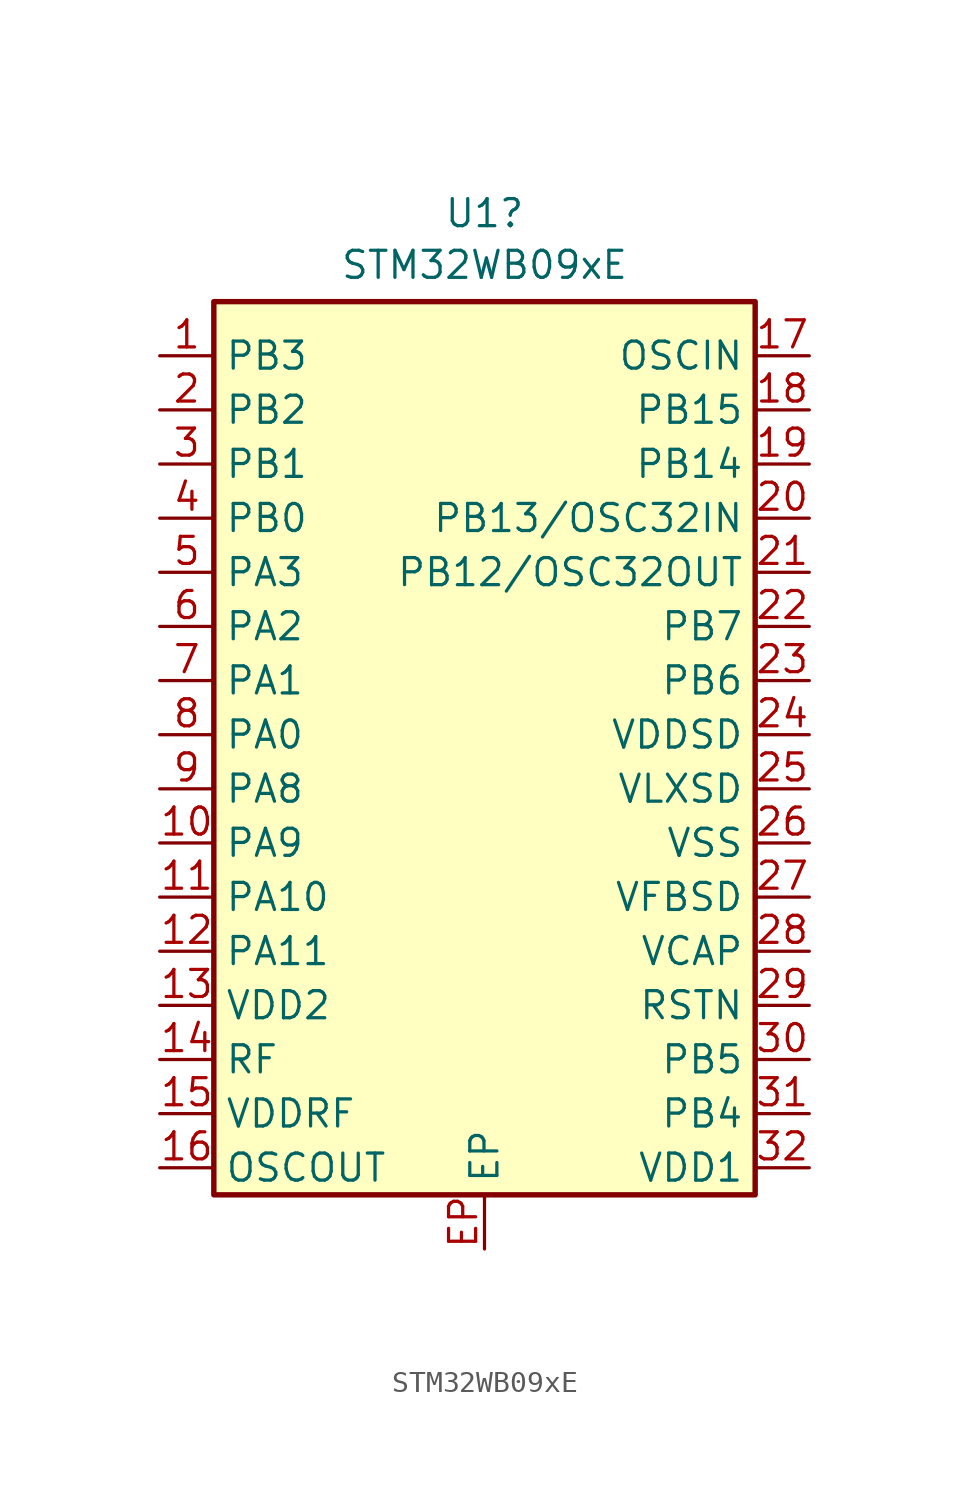
<source format=kicad_sym>
(kicad_symbol_lib
  (version 20231120)
  (generator "kicad_symbol_editor")
  (generator_version "8.0")
  (symbol "STM32WB09xE"
    (property "Reference" "U1"
      (at 0 27.005 0)
      (effects (font (size 1.27 1.27))))
    (property "Value" "STM32WB09xE"
      (at 0 24.58 0)
      (effects (font (size 1.27 1.27))))
    (property "ki_locked" ""
      (at 0 0 0)
      (effects (font (size 1.27 1.27))))
    (symbol "STM32WB09xE_0_1"
      (rectangle (start -12.7 22.86) (end 12.7 -19.05) (stroke (width 0.254) (type default)) (fill (type background))))
    (symbol "STM32WB09xE_1_1"
      (pin bidirectional line (at -15.24 20.32 0) (length 2.54) (name "PB3" (effects (font (size 1.27 1.27)))) (number "1" (effects (font (size 1.27 1.27)))))
      (pin bidirectional line (at -15.24 -2.54 0) (length 2.54) (name "PA9" (effects (font (size 1.27 1.27)))) (number "10" (effects (font (size 1.27 1.27)))) (alternate "ADC1_IN6" bidirectional line) (alternate "COMP1_INP" bidirectional line) (alternate "I2C1_SMBA" bidirectional line) (alternate "LCD_SEG0" bidirectional line) (alternate "SPI1_SCK" bidirectional line) (alternate "TIM2_CH2" bidirectional line))
      (pin bidirectional line (at -15.24 -5.08 0) (length 2.54) (name "PA10" (effects (font (size 1.27 1.27)))) (number "11" (effects (font (size 1.27 1.27)))) (alternate "ADC1_IN7" bidirectional line) (alternate "COMP2_INM" bidirectional line) (alternate "COMP2_OUT" bidirectional line) (alternate "LCD_SEG1" bidirectional line) (alternate "LPUART1_TX" bidirectional line) (alternate "QUADSPI_BK1_NCS" bidirectional line) (alternate "RCC_LSCO" bidirectional line) (alternate "SYS_WKUP4" bidirectional line) (alternate "TIM2_CH3" bidirectional line))
      (pin bidirectional line (at -15.24 -7.62 0) (length 2.54) (name "PA11" (effects (font (size 1.27 1.27)))) (number "12" (effects (font (size 1.27 1.27)))) (alternate "ADC1_IN8" bidirectional line) (alternate "COMP2_INP" bidirectional line) (alternate "LCD_SEG2" bidirectional line) (alternate "LPUART1_RX" bidirectional line) (alternate "QUADSPI_CLK" bidirectional line) (alternate "SAI1_CK1" bidirectional line) (alternate "SAI1_MCLK_A" bidirectional line) (alternate "TIM2_CH4" bidirectional line))
      (pin bidirectional line (at -15.24 -10.16 0) (length 2.54) (name "VDD2" (effects (font (size 1.27 1.27)))) (number "13" (effects (font (size 1.27 1.27)))) (alternate "ADC1_IN9" bidirectional line) (alternate "COMP1_INM" bidirectional line) (alternate "COMP2_INM" bidirectional line) (alternate "LCD_SEG5" bidirectional line) (alternate "LPTIM2_OUT" bidirectional line) (alternate "SAI1_FS_B" bidirectional line) (alternate "SPI1_NSS" bidirectional line))
      (pin bidirectional line (at -15.24 -12.7 0) (length 2.54) (name "RF" (effects (font (size 1.27 1.27)))) (number "14" (effects (font (size 1.27 1.27)))) (alternate "ADC1_IN10" bidirectional line) (alternate "COMP1_INM" bidirectional line) (alternate "COMP2_INM" bidirectional line) (alternate "LPTIM2_ETR" bidirectional line) (alternate "SAI1_SD_B" bidirectional line) (alternate "SPI1_SCK" bidirectional line) (alternate "TIM2_CH1" bidirectional line) (alternate "TIM2_ETR" bidirectional line))
      (pin bidirectional line (at -15.24 -15.24 0) (length 2.54) (name "VDDRF" (effects (font (size 1.27 1.27)))) (number "15" (effects (font (size 1.27 1.27)))) (alternate "ADC1_IN11" bidirectional line) (alternate "LCD_SEG3" bidirectional line) (alternate "LPUART1_CTS" bidirectional line) (alternate "QUADSPI_BK1_IO3" bidirectional line) (alternate "SPI1_MISO" bidirectional line) (alternate "TIM16_CH1" bidirectional line) (alternate "TIM1_BKIN" bidirectional line))
      (pin bidirectional line (at -15.24 -17.78 0) (length 2.54) (name "OSCOUT" (effects (font (size 1.27 1.27)))) (number "16" (effects (font (size 1.27 1.27)))) (alternate "ADC1_IN12" bidirectional line) (alternate "COMP2_OUT" bidirectional line) (alternate "I2C3_SCL" bidirectional line) (alternate "LCD_SEG4" bidirectional line) (alternate "QUADSPI_BK1_IO2" bidirectional line) (alternate "SPI1_MOSI" bidirectional line) (alternate "TIM17_CH1" bidirectional line) (alternate "TIM1_CH1N" bidirectional line))
      (pin bidirectional line (at 15.24 20.32 180) (length 2.54) (name "OSCIN" (effects (font (size 1.27 1.27)))) (number "17" (effects (font (size 1.27 1.27)))) (alternate "ADC1_IN15" bidirectional line) (alternate "LCD_COM0" bidirectional line) (alternate "LPTIM2_OUT" bidirectional line) (alternate "RCC_MCO" bidirectional line) (alternate "SAI1_CK2" bidirectional line) (alternate "SAI1_SCK_A" bidirectional line) (alternate "TIM1_CH1" bidirectional line) (alternate "USART1_CK" bidirectional line))
      (pin bidirectional line (at 15.24 17.78 180) (length 2.54) (name "PB15" (effects (font (size 1.27 1.27)))) (number "18" (effects (font (size 1.27 1.27)))) (alternate "ADC1_IN16" bidirectional line) (alternate "COMP1_INM" bidirectional line) (alternate "I2C1_SCL" bidirectional line) (alternate "LCD_COM1" bidirectional line) (alternate "SAI1_D2" bidirectional line) (alternate "SAI1_FS_A" bidirectional line) (alternate "TIM1_CH2" bidirectional line) (alternate "USART1_TX" bidirectional line))
      (pin bidirectional line (at 15.24 15.24 180) (length 2.54) (name "PB14" (effects (font (size 1.27 1.27)))) (number "19" (effects (font (size 1.27 1.27)))) (alternate "COMP1_INP" bidirectional line) (alternate "I2C3_SMBA" bidirectional line) (alternate "LCD_VLCD" bidirectional line) (alternate "LPTIM1_OUT" bidirectional line) (alternate "RTC_OUT2" bidirectional line) (alternate "SAI1_EXTCLK" bidirectional line) (alternate "SPI1_NSS" bidirectional line))
      (pin bidirectional line (at -15.24 17.78 0) (length 2.54) (name "PB2" (effects (font (size 1.27 1.27)))) (number "2" (effects (font (size 1.27 1.27)))) (alternate "RCC_OSC32_IN" bidirectional line))
      (pin bidirectional line (at 15.24 12.7 180) (length 2.54) (name "PB13/OSC32IN" (effects (font (size 1.27 1.27)))) (number "20" (effects (font (size 1.27 1.27)))))
      (pin bidirectional line (at 15.24 10.16 180) (length 2.54) (name "PB12/OSC32OUT" (effects (font (size 1.27 1.27)))) (number "21" (effects (font (size 1.27 1.27)))) (alternate "RF_RF1" bidirectional line))
      (pin power_in line (at 15.24 7.62 180) (length 2.54) (name "PB7" (effects (font (size 1.27 1.27)))) (number "22" (effects (font (size 1.27 1.27)))))
      (pin power_in line (at 15.24 5.08 180) (length 2.54) (name "PB6" (effects (font (size 1.27 1.27)))) (number "23" (effects (font (size 1.27 1.27)))))
      (pin bidirectional line (at 15.24 2.54 180) (length 2.54) (name "VDDSD" (effects (font (size 1.27 1.27)))) (number "24" (effects (font (size 1.27 1.27)))) (alternate "RCC_OSC_OUT" bidirectional line))
      (pin bidirectional line (at 15.24 0 180) (length 2.54) (name "VLXSD" (effects (font (size 1.27 1.27)))) (number "25" (effects (font (size 1.27 1.27)))) (alternate "RCC_OSC_IN" bidirectional line))
      (pin bidirectional line (at 15.24 -2.54 180) (length 2.54) (name "VSS" (effects (font (size 1.27 1.27)))) (number "26" (effects (font (size 1.27 1.27)))))
      (pin bidirectional line (at 15.24 -5.08 180) (length 2.54) (name "VFBSD" (effects (font (size 1.27 1.27)))) (number "27" (effects (font (size 1.27 1.27)))))
      (pin bidirectional line (at 15.24 -7.62 180) (length 2.54) (name "VCAP" (effects (font (size 1.27 1.27)))) (number "28" (effects (font (size 1.27 1.27)))) (alternate "COMP1_OUT" bidirectional line) (alternate "RF_TX_MOD_EXT_PA" bidirectional line))
      (pin bidirectional line (at 15.24 -10.16 180) (length 2.54) (name "RSTN" (effects (font (size 1.27 1.27)))) (number "29" (effects (font (size 1.27 1.27)))) (alternate "LPTIM2_IN1" bidirectional line) (alternate "LPUART1_DE" bidirectional line) (alternate "LPUART1_RTS" bidirectional line))
      (pin bidirectional line (at -15.24 15.24 0) (length 2.54) (name "PB1" (effects (font (size 1.27 1.27)))) (number "3" (effects (font (size 1.27 1.27)))) (alternate "ADC1_EXTI15" bidirectional line) (alternate "RCC_OSC32_OUT" bidirectional line))
      (pin bidirectional line (at 15.24 -12.7 180) (length 2.54) (name "PB5" (effects (font (size 1.27 1.27)))) (number "30" (effects (font (size 1.27 1.27)))))
      (pin input line (at 15.24 -15.24 180) (length 2.54) (name "PB4" (effects (font (size 1.27 1.27)))) (number "31" (effects (font (size 1.27 1.27)))))
      (pin power_in line (at 15.24 -17.78 180) (length 2.54) (name "VDD1" (effects (font (size 1.27 1.27)))) (number "32" (effects (font (size 1.27 1.27)))))
      (pin bidirectional line (at -15.24 12.7 0) (length 2.54) (name "PB0" (effects (font (size 1.27 1.27)))) (number "4" (effects (font (size 1.27 1.27)))) (alternate "RCC_LSCO" bidirectional line))
      (pin bidirectional line (at -15.24 10.16 0) (length 2.54) (name "PA3" (effects (font (size 1.27 1.27)))) (number "5" (effects (font (size 1.27 1.27)))) (alternate "I2C1_SCL" bidirectional line) (alternate "LCD_SEG16" bidirectional line) (alternate "QUADSPI_BK1_IO1" bidirectional line) (alternate "SAI1_CK1" bidirectional line) (alternate "SAI1_MCLK_A" bidirectional line) (alternate "TIM16_CH1" bidirectional line) (alternate "TIM1_CH2N" bidirectional line))
      (pin bidirectional line (at -15.24 7.62 0) (length 2.54) (name "PA2" (effects (font (size 1.27 1.27)))) (number "6" (effects (font (size 1.27 1.27)))) (alternate "I2C1_SDA" bidirectional line) (alternate "IR_OUT" bidirectional line) (alternate "LCD_COM3" bidirectional line) (alternate "QUADSPI_BK1_IO0" bidirectional line) (alternate "SAI1_D2" bidirectional line) (alternate "SAI1_FS_A" bidirectional line) (alternate "TIM17_CH1" bidirectional line) (alternate "TIM1_CH3N" bidirectional line))
      (pin bidirectional line (at -15.24 5.08 0) (length 2.54) (name "PA1" (effects (font (size 1.27 1.27)))) (number "7" (effects (font (size 1.27 1.27)))))
      (pin bidirectional line (at -15.24 2.54 0) (length 2.54) (name "PA0" (effects (font (size 1.27 1.27)))) (number "8" (effects (font (size 1.27 1.27)))))
      (pin bidirectional line (at -15.24 0 0) (length 2.54) (name "PA8" (effects (font (size 1.27 1.27)))) (number "9" (effects (font (size 1.27 1.27)))) (alternate "ADC1_IN5" bidirectional line) (alternate "COMP1_INM" bidirectional line) (alternate "COMP1_OUT" bidirectional line) (alternate "RTC_TAMP2" bidirectional line) (alternate "SAI1_EXTCLK" bidirectional line) (alternate "SYS_WKUP1" bidirectional line) (alternate "TIM2_CH1" bidirectional line) (alternate "TIM2_ETR" bidirectional line))
      (pin bidirectional line (at 0 -21.59 90) (length 2.54) (name "EP" (effects (font (size 1.27 1.27)))) (number "EP" (effects (font (size 1.27 1.27))))))))
</source>
